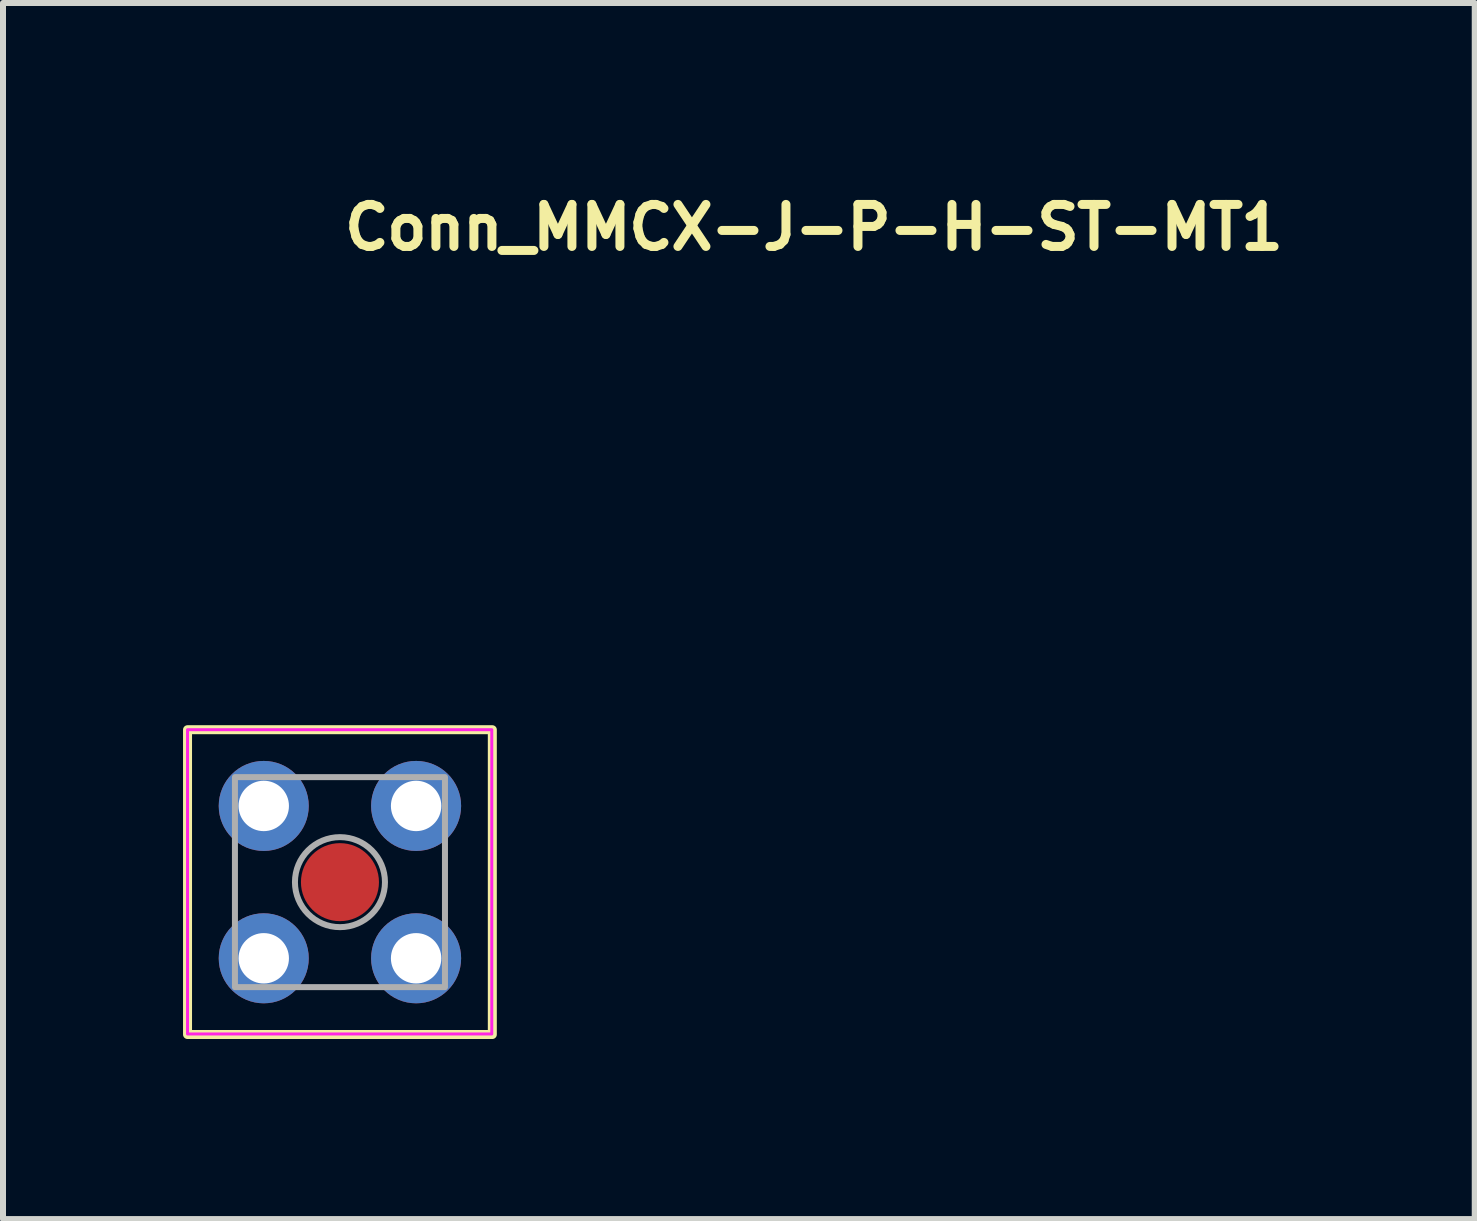
<source format=kicad_pcb>
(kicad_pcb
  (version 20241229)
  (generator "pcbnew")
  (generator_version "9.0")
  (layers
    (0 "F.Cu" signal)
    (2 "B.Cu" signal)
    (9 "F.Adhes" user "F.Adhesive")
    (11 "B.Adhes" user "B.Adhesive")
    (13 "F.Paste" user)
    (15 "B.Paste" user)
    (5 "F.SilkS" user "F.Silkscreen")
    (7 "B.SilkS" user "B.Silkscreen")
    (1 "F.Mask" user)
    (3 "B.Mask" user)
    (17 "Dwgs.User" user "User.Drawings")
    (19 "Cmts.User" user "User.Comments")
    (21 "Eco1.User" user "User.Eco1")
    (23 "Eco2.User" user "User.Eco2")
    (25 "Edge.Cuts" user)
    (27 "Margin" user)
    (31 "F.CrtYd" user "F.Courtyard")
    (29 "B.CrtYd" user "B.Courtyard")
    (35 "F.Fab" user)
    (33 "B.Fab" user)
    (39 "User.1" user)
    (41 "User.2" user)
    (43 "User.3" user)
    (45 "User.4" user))
  (footprint "Conn_MMCX-J-P-H-ST-MT1"
    (layer "F.Cu")
    (at 2.615 11.65)
    (property "Reference" "Conn_MMCX-J-P-H-ST-MT1" (at 0 -10.5 0) (unlocked yes) (layer "F.SilkS") (effects (font (size 0.7 0.7) (thickness 0.15)) (justify left bottom)))
    (attr smd)
    (fp_rect (start -2.54 -2.54) (end 2.539 2.539) (stroke (width 0.15) (type solid)) (fill no) (layer "F.SilkS"))
    (fp_rect (start -2.54 -2.54) (end 2.53 2.53) (stroke (width 0.05) (type solid)) (fill no) (layer "F.CrtYd"))
    (fp_rect (start 1.75 1.75) (end -1.75 -1.75) (stroke (width 0.1) (type solid)) (fill no) (layer "F.Fab"))
    (fp_circle (center 0 0) (end 0 -0.75) (stroke (width 0.1) (type solid)) (fill no) (layer "F.Fab"))
    (fp_line (start -1.75 -1.414) (end -1.75 0) (stroke (width 0.1) (type solid)) (layer "User.9"))
    (fp_line (start -1.75 0) (end -1.75 1.414) (stroke (width 0.1) (type solid)) (layer "User.9"))
    (fp_line (start -1.75 1.414) (end -1.673 1.505) (stroke (width 0.1) (type solid)) (layer "User.9"))
    (fp_line (start -1.673 -1.505) (end -1.75 -1.414) (stroke (width 0.1) (type solid)) (layer "User.9"))
    (fp_line (start -1.673 1.505) (end -1.591 1.591) (stroke (width 0.1) (type solid)) (layer "User.9"))
    (fp_line (start -1.591 -1.591) (end -1.673 -1.505) (stroke (width 0.1) (type solid)) (layer "User.9"))
    (fp_line (start -1.591 1.591) (end -1.505 1.673) (stroke (width 0.1) (type solid)) (layer "User.9"))
    (fp_line (start -1.505 -1.673) (end -1.591 -1.591) (stroke (width 0.1) (type solid)) (layer "User.9"))
    (fp_line (start -1.505 1.673) (end -1.414 1.75) (stroke (width 0.1) (type solid)) (layer "User.9"))
    (fp_line (start -1.414 -1.75) (end -1.505 -1.673) (stroke (width 0.1) (type solid)) (layer "User.9"))
    (fp_line (start -1.414 1.75) (end 0 1.75) (stroke (width 0.1) (type solid)) (layer "User.9"))
    (fp_line (start -0.335 -0.1) (end -0.284 -0.057) (stroke (width 0.1) (type solid)) (layer "User.9"))
    (fp_line (start -0.284 -0.057) (end -0.23 -0.015) (stroke (width 0.1) (type solid)) (layer "User.9"))
    (fp_line (start -0.284 0.057) (end -0.335 0.1) (stroke (width 0.1) (type solid)) (layer "User.9"))
    (fp_line (start -0.23 0.015) (end -0.284 0.057) (stroke (width 0.1) (type solid)) (layer "User.9"))
    (fp_line (start 0 -1.75) (end -1.414 -1.75) (stroke (width 0.1) (type solid)) (layer "User.9"))
    (fp_line (start 0 1.75) (end 1.414 1.75) (stroke (width 0.1) (type solid)) (layer "User.9"))
    (fp_line (start 0.23 -0.015) (end 0.284 -0.057) (stroke (width 0.1) (type solid)) (layer "User.9"))
    (fp_line (start 0.284 -0.057) (end 0.335 -0.1) (stroke (width 0.1) (type solid)) (layer "User.9"))
    (fp_line (start 0.284 0.057) (end 0.23 0.015) (stroke (width 0.1) (type solid)) (layer "User.9"))
    (fp_line (start 0.335 0.1) (end 0.284 0.057) (stroke (width 0.1) (type solid)) (layer "User.9"))
    (fp_line (start 1.414 -1.75) (end 0 -1.75) (stroke (width 0.1) (type solid)) (layer "User.9"))
    (fp_line (start 1.414 1.75) (end 1.505 1.673) (stroke (width 0.1) (type solid)) (layer "User.9"))
    (fp_line (start 1.505 -1.673) (end 1.414 -1.75) (stroke (width 0.1) (type solid)) (layer "User.9"))
    (fp_line (start 1.505 1.673) (end 1.591 1.591) (stroke (width 0.1) (type solid)) (layer "User.9"))
    (fp_line (start 1.591 -1.591) (end 1.505 -1.673) (stroke (width 0.1) (type solid)) (layer "User.9"))
    (fp_line (start 1.591 1.591) (end 1.673 1.505) (stroke (width 0.1) (type solid)) (layer "User.9"))
    (fp_line (start 1.673 -1.505) (end 1.591 -1.591) (stroke (width 0.1) (type solid)) (layer "User.9"))
    (fp_line (start 1.673 1.505) (end 1.75 1.414) (stroke (width 0.1) (type solid)) (layer "User.9"))
    (fp_line (start 1.75 -1.414) (end 1.673 -1.505) (stroke (width 0.1) (type solid)) (layer "User.9"))
    (fp_line (start 1.75 0) (end 1.75 -1.414) (stroke (width 0.1) (type solid)) (layer "User.9"))
    (fp_line (start 1.75 1.414) (end 1.75 0) (stroke (width 0.1) (type solid)) (layer "User.9"))
    (fp_arc (start -0.335409 -0.1) (mid 0 -0.349999) (end 0.335409 -0.1) (stroke (width 0.1) (type default)) (layer "User.9"))
    (fp_arc (start 0.335409 0.1) (mid 0 0.349999) (end -0.335409 0.1) (stroke (width 0.1) (type default)) (layer "User.9"))
    (fp_circle (center 0 0) (end 0.14 0) (stroke (width 0.1) (type default)) (fill no) (layer "User.9"))
    (fp_circle (center 0 0) (end 0.229 0) (stroke (width 0.1) (type default)) (fill no) (layer "User.9"))
    (fp_circle (center 0 0) (end 1.205 0) (stroke (width 0.1) (type default)) (fill no) (layer "User.9"))
    (fp_circle (center 0 0) (end 1.445 0) (stroke (width 0.1) (type default)) (fill no) (layer "User.9"))
    (fp_circle (center 0 0) (end 1.75 0) (stroke (width 0.1) (type default)) (fill no) (layer "User.9"))
    (pad "1" smd circle (at 0 0) (size 1.3 1.3) (layers "F.Cu" "F.Mask" "F.Paste"))
    (pad "2" thru_hole circle (at -1.27 -1.27) (size 1.5 1.5) (drill 0.84) (layers "*.Cu" "*.Mask"))
    (pad "2" thru_hole circle (at -1.27 1.269) (size 1.5 1.5) (drill 0.84) (layers "*.Cu" "*.Mask"))
    (pad "2" thru_hole circle (at 1.269 -1.27) (size 1.5 1.5) (drill 0.84) (layers "*.Cu" "*.Mask"))
    (pad "2" thru_hole circle (at 1.269 1.269) (size 1.5 1.5) (drill 0.84) (layers "*.Cu" "*.Mask")))
  (gr_rect
    (start -3 -3)
    (end 21.525 17.264)
    (stroke (width 0.1) (type default))
    (fill no)
    (layer "Edge.Cuts")))
</source>
